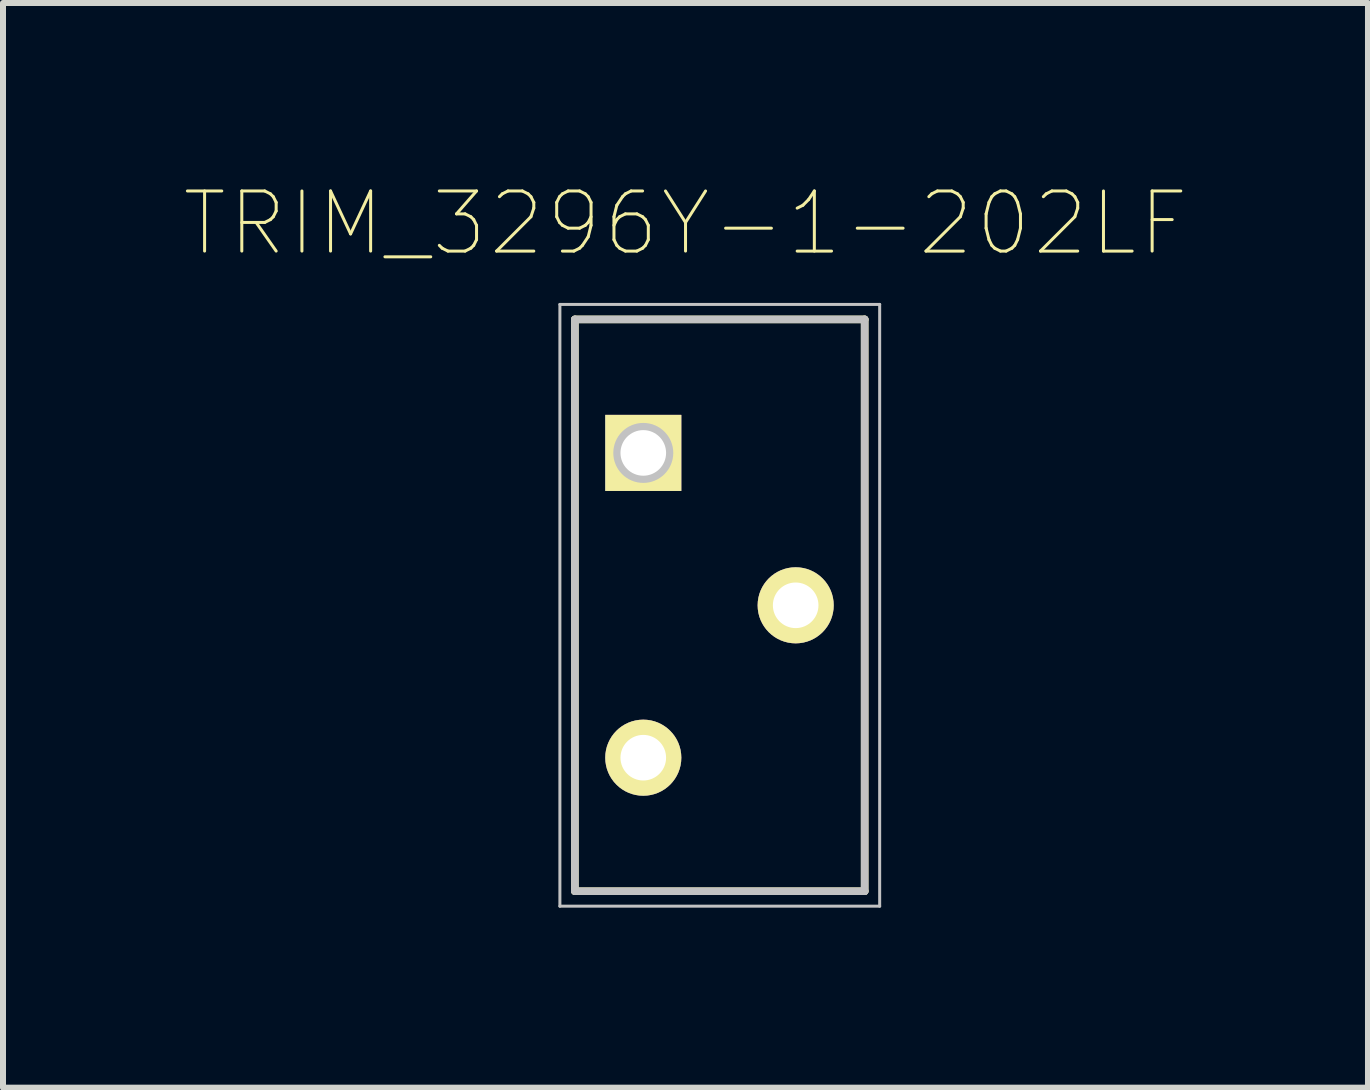
<source format=kicad_pcb>
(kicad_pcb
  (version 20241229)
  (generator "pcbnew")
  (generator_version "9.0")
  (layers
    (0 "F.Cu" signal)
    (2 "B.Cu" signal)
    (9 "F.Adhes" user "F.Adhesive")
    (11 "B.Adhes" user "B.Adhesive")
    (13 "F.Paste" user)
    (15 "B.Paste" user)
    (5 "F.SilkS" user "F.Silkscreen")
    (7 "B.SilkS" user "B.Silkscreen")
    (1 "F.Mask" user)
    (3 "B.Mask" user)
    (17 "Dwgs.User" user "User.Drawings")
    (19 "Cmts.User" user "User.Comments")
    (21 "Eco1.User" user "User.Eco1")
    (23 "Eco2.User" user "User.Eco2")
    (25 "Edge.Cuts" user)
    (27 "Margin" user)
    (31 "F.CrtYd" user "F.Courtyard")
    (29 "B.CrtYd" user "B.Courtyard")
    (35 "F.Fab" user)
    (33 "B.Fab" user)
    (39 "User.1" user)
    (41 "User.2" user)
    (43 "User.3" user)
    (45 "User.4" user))
  (footprint "TRIM_3296Y-1-202LF"
    (layer "F.Cu")
    (at 8.942 7.039)
    (property "Reference" "TRIM_3296Y-1-202LF" (at -0.566 -6.365 0) (layer "F.SilkS") (effects (font (size 1.002 1.002) (thickness 0.05))))
    (attr through_hole)
    (fp_line (start -2.41 -4.765) (end -2.41 4.765) (stroke (width 0.127) (type solid)) (layer "F.SilkS"))
    (fp_line (start -2.41 4.765) (end 2.42 4.765) (stroke (width 0.127) (type solid)) (layer "F.SilkS"))
    (fp_line (start 2.42 -4.765) (end -2.41 -4.765) (stroke (width 0.127) (type solid)) (layer "F.SilkS"))
    (fp_line (start 2.42 4.765) (end 2.42 -4.765) (stroke (width 0.127) (type solid)) (layer "F.SilkS"))
    (fp_line (start -2.66 -5.015) (end 2.67 -5.015) (stroke (width 0.05) (type solid)) (layer "Dwgs.User"))
    (fp_line (start -2.66 5.015) (end -2.66 -5.015) (stroke (width 0.05) (type solid)) (layer "Dwgs.User"))
    (fp_line (start -2.41 -4.765) (end -2.41 4.765) (stroke (width 0.127) (type solid)) (layer "Dwgs.User"))
    (fp_line (start -2.41 4.765) (end 2.42 4.765) (stroke (width 0.127) (type solid)) (layer "Dwgs.User"))
    (fp_line (start 2.42 -4.765) (end -2.41 -4.765) (stroke (width 0.127) (type solid)) (layer "Dwgs.User"))
    (fp_line (start 2.42 4.765) (end 2.42 -4.765) (stroke (width 0.127) (type solid)) (layer "Dwgs.User"))
    (fp_line (start 2.67 -5.015) (end 2.67 5.015) (stroke (width 0.05) (type solid)) (layer "Dwgs.User"))
    (fp_line (start 2.67 5.015) (end -2.66 5.015) (stroke (width 0.05) (type solid)) (layer "Dwgs.User"))
    (fp_circle (center -1.27 -2.54) (end -1.17 -2.54) (stroke (width 0.4) (type solid)) (fill no) (layer "Dwgs.User"))
    (pad "1" thru_hole rect (at -1.27 -2.54 270) (size 1.268 1.268) (drill 0.76) (layers "*.Cu" "*.Mask" "F.SilkS"))
    (pad "2" thru_hole circle (at 1.27 0 270) (size 1.268 1.268) (drill 0.76) (layers "*.Cu" "*.Mask" "F.SilkS"))
    (pad "3" thru_hole circle (at -1.27 2.54 270) (size 1.268 1.268) (drill 0.76) (layers "*.Cu" "*.Mask" "F.SilkS")))
  (gr_rect
    (start -3 -3)
    (end 19.751 15.079)
    (stroke (width 0.1) (type default))
    (fill no)
    (layer "Edge.Cuts")))
</source>
